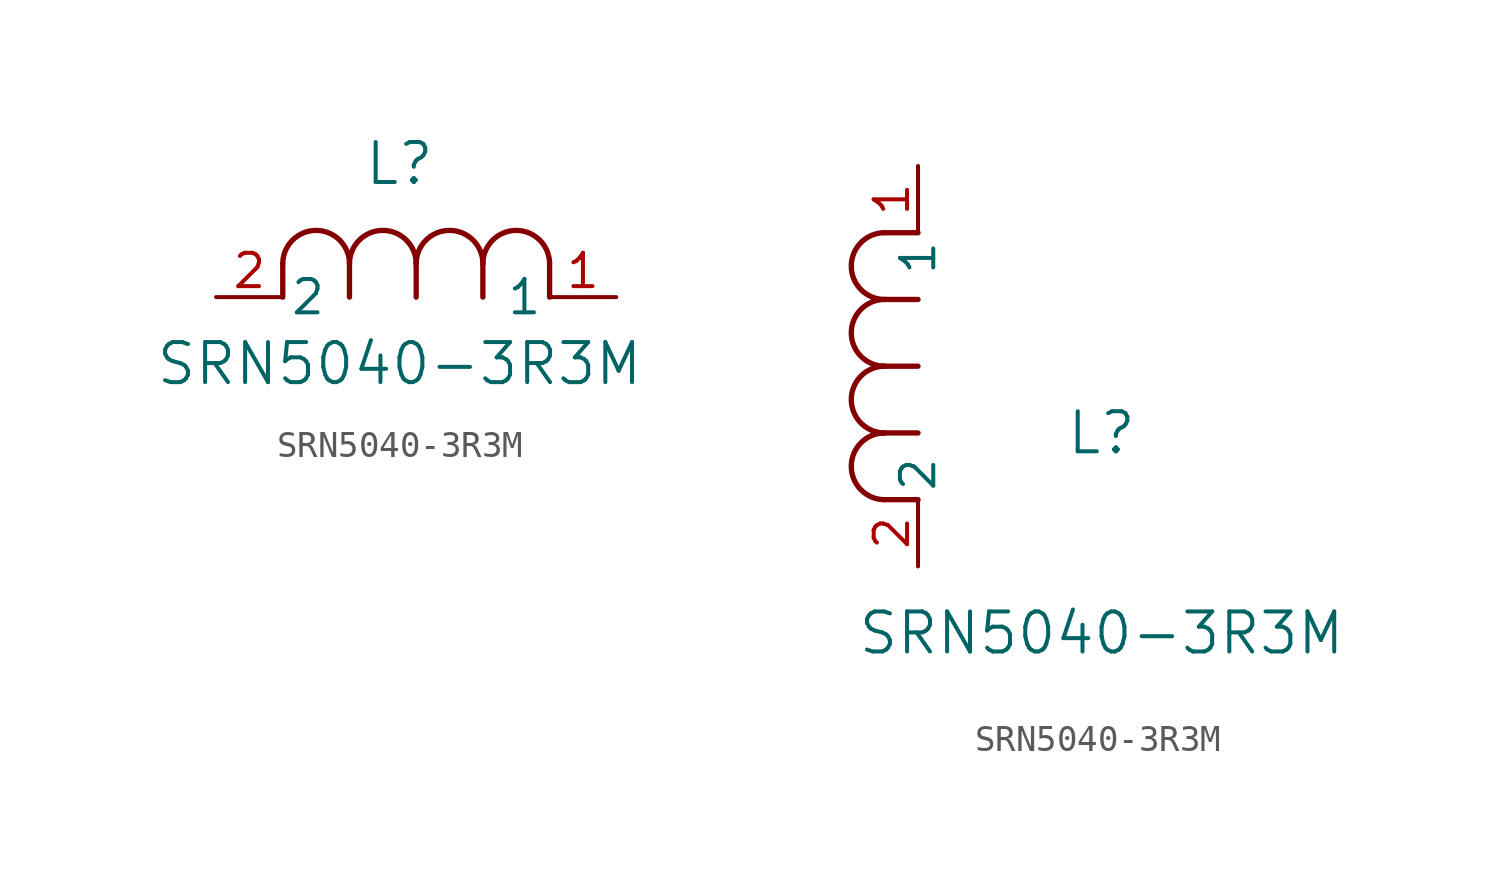
<source format=kicad_sym>
(kicad_symbol_lib
  (version 20211014)
  (generator kicad_symbol_editor)
  (symbol "SRN5040-3R3M"
    (pin_names
      (offset 0.254))
    (property "Reference" "L"
      (at 6.985 5.08 0)
      (effects (font (size 1.524 1.524))))
    (property "Value" "SRN5040-3R3M"
      (at 6.985 -2.54 0)
      (effects (font (size 1.524 1.524))))
    (symbol "SRN5040-3R3M_1_1"
      (arc (start 7.62 1.27) (mid 6.35 2.54) (end 5.08 1.27) (stroke (width 0.2032) (type default) (color 0 0 0 0)) (fill (type none)))
      (polyline (pts (xy 5.08 0) (xy 5.08 1.27)) (stroke (width 0.203) (type default) (color 0 0 0 0)) (fill (type none)))
      (polyline (pts (xy 7.62 0) (xy 7.62 1.27)) (stroke (width 0.203) (type default) (color 0 0 0 0)) (fill (type none)))
      (polyline (pts (xy 12.7 0) (xy 12.7 1.27)) (stroke (width 0.203) (type default) (color 0 0 0 0)) (fill (type none)))
      (arc (start 5.08 1.27) (mid 3.81 2.54) (end 2.54 1.27) (stroke (width 0.2032) (type default) (color 0 0 0 0)) (fill (type none)))
      (arc (start 10.16 1.27) (mid 8.89 2.54) (end 7.62 1.27) (stroke (width 0.2032) (type default) (color 0 0 0 0)) (fill (type none)))
      (arc (start 12.7 1.27) (mid 11.43 2.54) (end 10.16 1.27) (stroke (width 0.2032) (type default) (color 0 0 0 0)) (fill (type none)))
      (polyline (pts (xy 2.54 0) (xy 2.54 1.27)) (stroke (width 0.203) (type default) (color 0 0 0 0)) (fill (type none)))
      (polyline (pts (xy 10.16 0) (xy 10.16 1.27)) (stroke (width 0.203) (type default) (color 0 0 0 0)) (fill (type none)))
      (pin unspecified line (at 0 0 0) (length 2.54) (name "2" (effects (font (size 1.27 1.27)))) (number "2" (effects (font (size 1.27 1.27)))))
      (pin unspecified line (at 15.24 0 180) (length 2.54) (name "1" (effects (font (size 1.27 1.27)))) (number "1" (effects (font (size 1.27 1.27))))))
    (symbol "SRN5040-3R3M_1_2"
      (arc (start -1.27 7.62) (mid -2.54 6.35) (end -1.27 5.08) (stroke (width 0.2032) (type default) (color 0 0 0 0)) (fill (type none)))
      (arc (start -1.27 5.08) (mid -2.54 3.81) (end -1.27 2.54) (stroke (width 0.2032) (type default) (color 0 0 0 0)) (fill (type none)))
      (arc (start -1.27 12.7) (mid -2.54 11.43) (end -1.27 10.16) (stroke (width 0.2032) (type default) (color 0 0 0 0)) (fill (type none)))
      (arc (start -1.27 10.16) (mid -2.54 8.89) (end -1.27 7.62) (stroke (width 0.2032) (type default) (color 0 0 0 0)) (fill (type none)))
      (polyline (pts (xy 0 7.62) (xy -1.27 7.62)) (stroke (width 0.203) (type default) (color 0 0 0 0)) (fill (type none)))
      (polyline (pts (xy 0 5.08) (xy -1.27 5.08)) (stroke (width 0.203) (type default) (color 0 0 0 0)) (fill (type none)))
      (polyline (pts (xy 0 12.7) (xy -1.27 12.7)) (stroke (width 0.203) (type default) (color 0 0 0 0)) (fill (type none)))
      (polyline (pts (xy 0 2.54) (xy -1.27 2.54)) (stroke (width 0.203) (type default) (color 0 0 0 0)) (fill (type none)))
      (polyline (pts (xy 0 10.16) (xy -1.27 10.16)) (stroke (width 0.203) (type default) (color 0 0 0 0)) (fill (type none)))
      (pin unspecified line (at 0 0 90) (length 2.54) (name "2" (effects (font (size 1.27 1.27)))) (number "2" (effects (font (size 1.27 1.27)))))
      (pin unspecified line (at 0 15.24 270) (length 2.54) (name "1" (effects (font (size 1.27 1.27)))) (number "1" (effects (font (size 1.27 1.27))))))))
</source>
